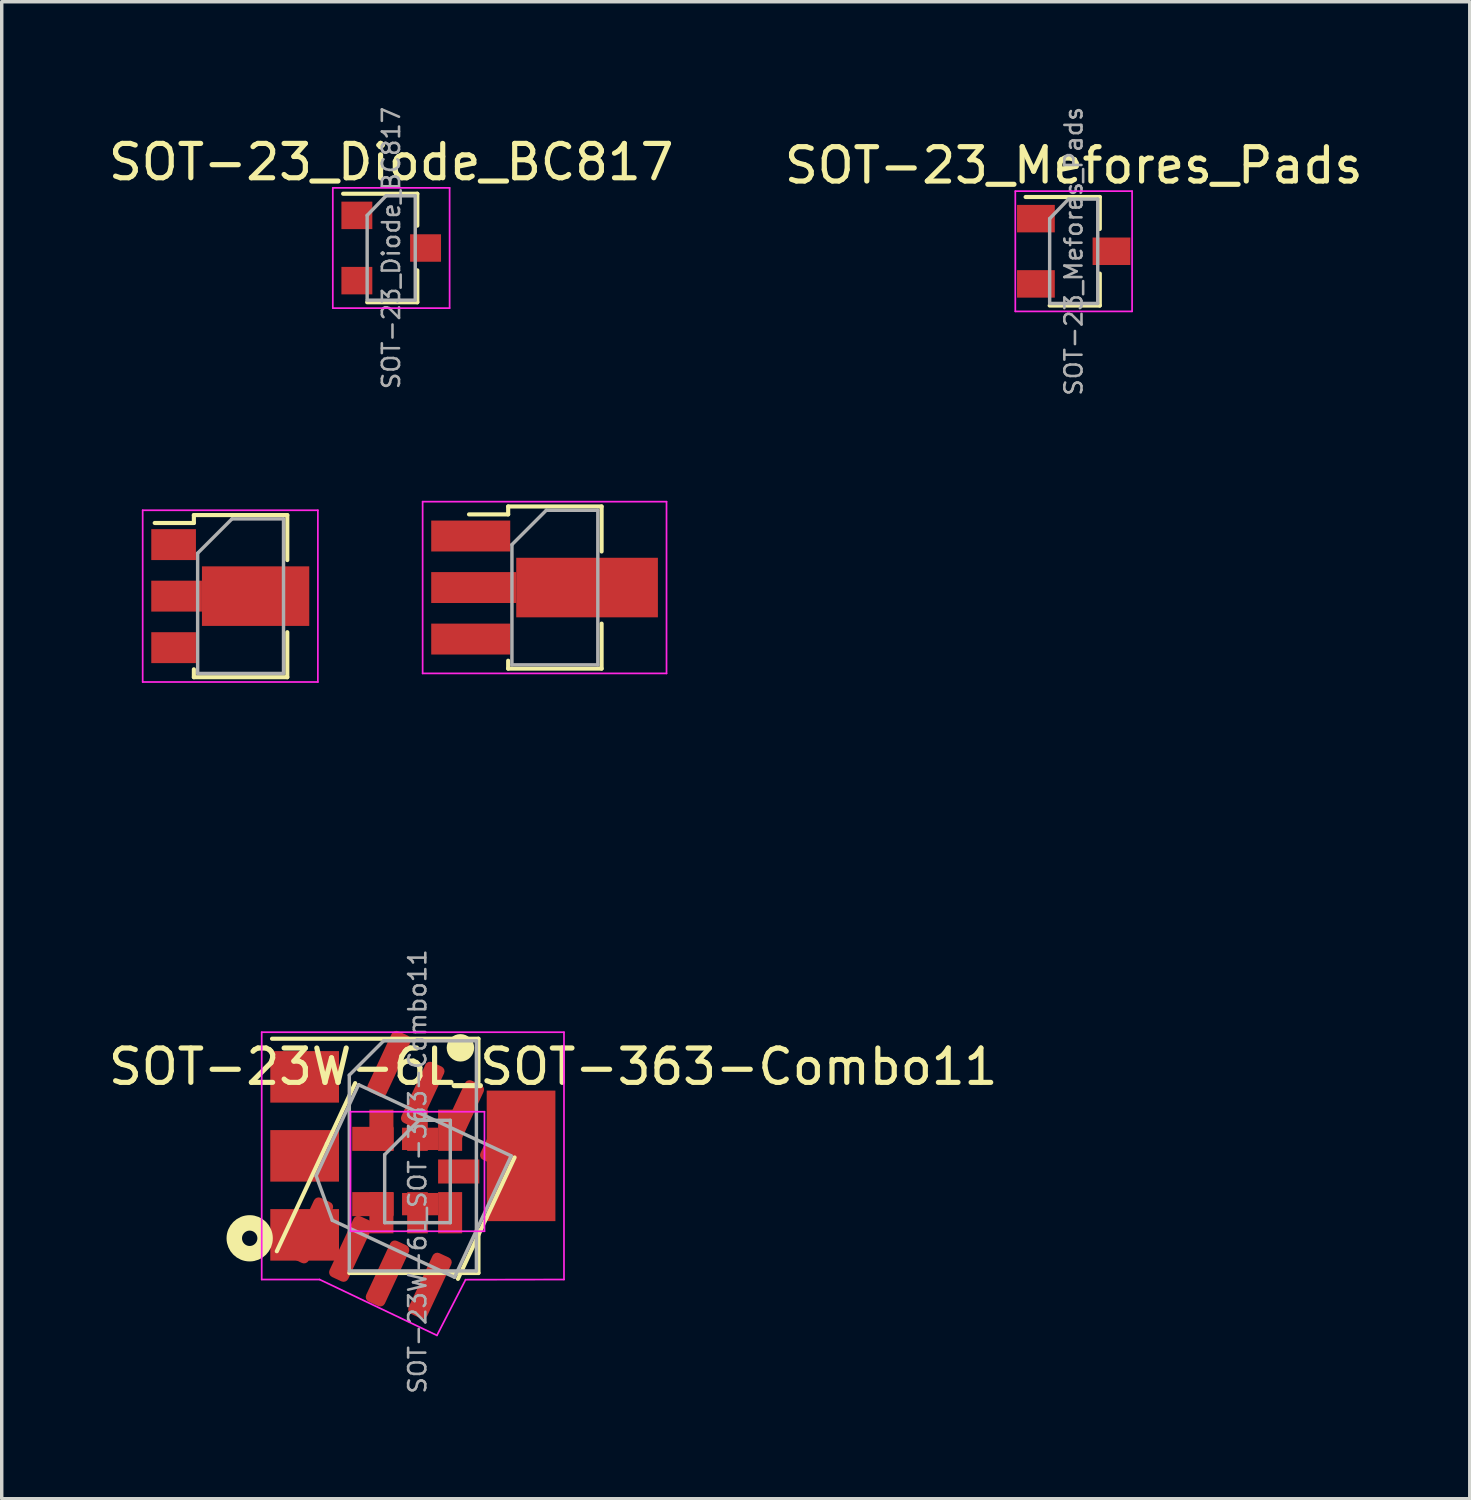
<source format=kicad_pcb>
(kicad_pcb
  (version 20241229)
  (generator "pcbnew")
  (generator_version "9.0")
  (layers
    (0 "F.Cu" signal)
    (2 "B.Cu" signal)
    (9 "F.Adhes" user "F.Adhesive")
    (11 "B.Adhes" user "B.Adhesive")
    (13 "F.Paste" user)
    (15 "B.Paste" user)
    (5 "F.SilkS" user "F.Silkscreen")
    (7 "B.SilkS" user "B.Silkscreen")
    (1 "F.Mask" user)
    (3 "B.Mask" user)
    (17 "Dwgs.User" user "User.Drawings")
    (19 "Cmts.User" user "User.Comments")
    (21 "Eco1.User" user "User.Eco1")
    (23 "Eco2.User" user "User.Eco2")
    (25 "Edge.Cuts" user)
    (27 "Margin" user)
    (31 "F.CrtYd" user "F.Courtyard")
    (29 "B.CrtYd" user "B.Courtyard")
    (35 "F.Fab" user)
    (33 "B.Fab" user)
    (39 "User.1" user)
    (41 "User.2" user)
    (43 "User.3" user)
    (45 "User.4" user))
  (footprint "SOT-23_Diode_BC817"
    (layer "F.Cu")
    (at 8.339 4.17)
    (property "Reference" "SOT-23_Diode_BC817" (at 0 -2.5 0) (layer "F.SilkS") (effects (font (size 1 1) (thickness 0.15))))
    (attr smd)
    (fp_line (start 0.76 -1.58) (end -1.4 -1.58) (stroke (width 0.12) (type solid)) (layer "F.SilkS"))
    (fp_line (start 0.76 -1.58) (end 0.76 -0.65) (stroke (width 0.12) (type solid)) (layer "F.SilkS"))
    (fp_line (start 0.76 1.58) (end -0.7 1.58) (stroke (width 0.12) (type solid)) (layer "F.SilkS"))
    (fp_line (start 0.76 1.58) (end 0.76 0.65) (stroke (width 0.12) (type solid)) (layer "F.SilkS"))
    (fp_line (start -1.7 -1.75) (end 1.7 -1.75) (stroke (width 0.05) (type solid)) (layer "F.CrtYd"))
    (fp_line (start -1.7 1.75) (end -1.7 -1.75) (stroke (width 0.05) (type solid)) (layer "F.CrtYd"))
    (fp_line (start 1.7 -1.75) (end 1.7 1.75) (stroke (width 0.05) (type solid)) (layer "F.CrtYd"))
    (fp_line (start 1.7 1.75) (end -1.7 1.75) (stroke (width 0.05) (type solid)) (layer "F.CrtYd"))
    (fp_line (start -0.7 -0.95) (end -0.7 1.5) (stroke (width 0.1) (type solid)) (layer "F.Fab"))
    (fp_line (start -0.7 -0.95) (end -0.15 -1.52) (stroke (width 0.1) (type solid)) (layer "F.Fab"))
    (fp_line (start -0.7 1.52) (end 0.7 1.52) (stroke (width 0.1) (type solid)) (layer "F.Fab"))
    (fp_line (start -0.15 -1.52) (end 0.7 -1.52) (stroke (width 0.1) (type solid)) (layer "F.Fab"))
    (fp_line (start 0.7 -1.52) (end 0.7 1.52) (stroke (width 0.1) (type solid)) (layer "F.Fab"))
    (fp_text user "${REFERENCE}" (at 0 0 90) (layer "F.Fab") (effects (font (size 0.5 0.5) (thickness 0.075))))
    (pad "1" smd rect (at -1 0.95) (size 0.9 0.8) (layers "F.Cu" "F.Mask" "F.Paste"))
    (pad "2" smd rect (at -1 -0.95) (size 0.9 0.8) (layers "F.Cu" "F.Mask" "F.Paste"))
    (pad "2" smd rect (at 1 0) (size 0.9 0.8) (layers "F.Cu" "F.Mask" "F.Paste")))
  (footprint "SOT-23W-6L_SOT-363-Combo11"
    (layer "F.Cu")
    (at 9.104 31.055)
    (property "Reference" "SOT-23W-6L_SOT-363-Combo11" (at 3.95 -3.05 0) (layer "F.SilkS") (effects (font (size 1 1) (thickness 0.15))))
    (attr smd)
    (fp_line (start -7.65 -18.88) (end -6.51 -18.88) (stroke (width 0.12) (type solid)) (layer "F.SilkS"))
    (fp_line (start -6.51 -19.11) (end -6.51 -18.88) (stroke (width 0.12) (type solid)) (layer "F.SilkS"))
    (fp_line (start -6.51 -19.11) (end -3.79 -19.11) (stroke (width 0.12) (type solid)) (layer "F.SilkS"))
    (fp_line (start -6.51 -14.39) (end -6.51 -14.62) (stroke (width 0.12) (type solid)) (layer "F.SilkS"))
    (fp_line (start -4.235 -3.865) (end 1.775 -3.865) (stroke (width 0.12) (type solid)) (layer "F.SilkS"))
    (fp_line (start -3.79 -19.11) (end -3.79 -17.8) (stroke (width 0.12) (type solid)) (layer "F.SilkS"))
    (fp_line (start -3.79 -15.7) (end -3.79 -14.39) (stroke (width 0.12) (type solid)) (layer "F.SilkS"))
    (fp_line (start -3.79 -14.39) (end -6.51 -14.39) (stroke (width 0.12) (type solid)) (layer "F.SilkS"))
    (fp_line (start -2.638 -0.805) (end -4.096 2.322) (stroke (width 0.12) (type solid)) (layer "F.SilkS"))
    (fp_line (start -2.638 -0.805) (end -1.814 -2.573) (stroke (width 0.12) (type solid)) (layer "F.SilkS"))
    (fp_line (start -1.985 2.955) (end 1.775 2.955) (stroke (width 0.12) (type solid)) (layer "F.SilkS"))
    (fp_line (start 1.5 -19.13) (end 2.64 -19.13) (stroke (width 0.12) (type solid)) (layer "F.SilkS"))
    (fp_line (start 1.775 -3.865) (end 1.775 -2.605) (stroke (width 0.12) (type solid)) (layer "F.SilkS"))
    (fp_line (start 1.775 2.955) (end 1.775 1.695) (stroke (width 0.12) (type solid)) (layer "F.SilkS"))
    (fp_line (start 2.002 1.359) (end 1.178 3.126) (stroke (width 0.12) (type solid)) (layer "F.SilkS"))
    (fp_line (start 2.002 1.359) (end 2.827 -0.409) (stroke (width 0.12) (type solid)) (layer "F.SilkS"))
    (fp_line (start 2.64 -19.36) (end 2.64 -19.13) (stroke (width 0.12) (type solid)) (layer "F.SilkS"))
    (fp_line (start 2.64 -19.36) (end 5.36 -19.36) (stroke (width 0.12) (type solid)) (layer "F.SilkS"))
    (fp_line (start 2.64 -14.64) (end 2.64 -14.87) (stroke (width 0.12) (type solid)) (layer "F.SilkS"))
    (fp_line (start 5.36 -19.36) (end 5.36 -18.05) (stroke (width 0.12) (type solid)) (layer "F.SilkS"))
    (fp_line (start 5.36 -15.95) (end 5.36 -14.64) (stroke (width 0.12) (type solid)) (layer "F.SilkS"))
    (fp_line (start 5.36 -14.64) (end 2.64 -14.64) (stroke (width 0.12) (type solid)) (layer "F.SilkS"))
    (fp_circle (center -4.885 1.945) (end -4.71 1.806) (stroke (width 0.45) (type solid)) (fill no) (layer "F.SilkS"))
    (fp_circle (center 1.25 -3.6) (end 1.45 -3.6) (stroke (width 0.4) (type solid)) (fill no) (layer "F.SilkS"))
    (fp_line (start -8 -14.25) (end -8 -19.25) (stroke (width 0.05) (type solid)) (layer "F.CrtYd"))
    (fp_line (start -8 -14.25) (end -2.9 -14.25) (stroke (width 0.05) (type solid)) (layer "F.CrtYd"))
    (fp_line (start -4.535 -4.055) (end -4.535 3.145) (stroke (width 0.05) (type solid)) (layer "F.CrtYd"))
    (fp_line (start -2.9 -19.25) (end -8 -19.25) (stroke (width 0.05) (type solid)) (layer "F.CrtYd"))
    (fp_line (start -2.9 -19.25) (end -2.9 -14.25) (stroke (width 0.05) (type solid)) (layer "F.CrtYd"))
    (fp_line (start -2.85 3.145) (end -4.535 3.145) (stroke (width 0.05) (type solid)) (layer "F.CrtYd"))
    (fp_line (start -2.85 3.145) (end 0.566 4.771) (stroke (width 0.05) (type solid)) (layer "F.CrtYd"))
    (fp_line (start -1.95 -1.74) (end 1.95 -1.74) (stroke (width 0.05) (type solid)) (layer "F.CrtYd"))
    (fp_line (start -1.95 1.74) (end -1.95 -1.74) (stroke (width 0.05) (type solid)) (layer "F.CrtYd"))
    (fp_line (start 0.15 -14.5) (end 0.15 -19.5) (stroke (width 0.05) (type solid)) (layer "F.CrtYd"))
    (fp_line (start 0.15 -14.5) (end 7.25 -14.5) (stroke (width 0.05) (type solid)) (layer "F.CrtYd"))
    (fp_line (start 0.566 4.771) (end 1.4 3.15) (stroke (width 0.05) (type solid)) (layer "F.CrtYd"))
    (fp_line (start 1.4 3.15) (end 4.265 3.145) (stroke (width 0.05) (type solid)) (layer "F.CrtYd"))
    (fp_line (start 1.95 -1.74) (end 1.95 1.74) (stroke (width 0.05) (type solid)) (layer "F.CrtYd"))
    (fp_line (start 1.95 1.74) (end -1.95 1.74) (stroke (width 0.05) (type solid)) (layer "F.CrtYd"))
    (fp_line (start 4.265 -4.055) (end -4.535 -4.055) (stroke (width 0.05) (type solid)) (layer "F.CrtYd"))
    (fp_line (start 4.265 3.145) (end 4.265 -4.055) (stroke (width 0.05) (type solid)) (layer "F.CrtYd"))
    (fp_line (start 7.25 -19.5) (end 0.15 -19.5) (stroke (width 0.05) (type solid)) (layer "F.CrtYd"))
    (fp_line (start 7.25 -19.5) (end 7.25 -14.5) (stroke (width 0.05) (type solid)) (layer "F.CrtYd"))
    (fp_line (start -6.4 -18) (end -5.4 -19) (stroke (width 0.1) (type solid)) (layer "F.Fab"))
    (fp_line (start -6.4 -14.5) (end -6.4 -18) (stroke (width 0.1) (type solid)) (layer "F.Fab"))
    (fp_line (start -5.4 -19) (end -3.9 -19) (stroke (width 0.1) (type solid)) (layer "F.Fab"))
    (fp_line (start -3.9 -19) (end -3.9 -14.5) (stroke (width 0.1) (type solid)) (layer "F.Fab"))
    (fp_line (start -3.9 -14.5) (end -6.4 -14.5) (stroke (width 0.1) (type solid)) (layer "F.Fab"))
    (fp_line (start -2.95 0.125) (end -1.714 -2.526) (stroke (width 0.1) (type solid)) (layer "F.Fab"))
    (fp_line (start -2.479 1.421) (end -2.95 0.125) (stroke (width 0.1) (type solid)) (layer "F.Fab"))
    (fp_line (start -1.985 -2.805) (end -1.985 2.895) (stroke (width 0.1) (type solid)) (layer "F.Fab"))
    (fp_line (start -1.985 -2.805) (end -0.985 -3.805) (stroke (width 0.1) (type solid)) (layer "F.Fab"))
    (fp_line (start -1.985 2.895) (end 1.715 2.895) (stroke (width 0.1) (type solid)) (layer "F.Fab"))
    (fp_line (start -1.714 -2.526) (end 2.727 -0.455) (stroke (width 0.1) (type solid)) (layer "F.Fab"))
    (fp_line (start -0.985 -3.805) (end 1.715 -3.805) (stroke (width 0.1) (type solid)) (layer "F.Fab"))
    (fp_line (start -0.955 -0.49) (end -0.955 1.49) (stroke (width 0.1) (type solid)) (layer "F.Fab"))
    (fp_line (start -0.955 -0.49) (end 0.045 -1.49) (stroke (width 0.1) (type solid)) (layer "F.Fab"))
    (fp_line (start -0.955 1.49) (end 0.955 1.49) (stroke (width 0.1) (type solid)) (layer "F.Fab"))
    (fp_line (start 0.045 -1.49) (end 0.955 -1.49) (stroke (width 0.1) (type solid)) (layer "F.Fab"))
    (fp_line (start 0.955 -1.49) (end 0.955 1.49) (stroke (width 0.1) (type solid)) (layer "F.Fab"))
    (fp_line (start 1.079 3.079) (end -2.479 1.421) (stroke (width 0.1) (type solid)) (layer "F.Fab"))
    (fp_line (start 1.715 -3.805) (end 1.715 2.895) (stroke (width 0.1) (type solid)) (layer "F.Fab"))
    (fp_line (start 2.727 -0.455) (end 1.079 3.079) (stroke (width 0.1) (type solid)) (layer "F.Fab"))
    (fp_line (start 2.75 -18.25) (end 3.75 -19.25) (stroke (width 0.1) (type solid)) (layer "F.Fab"))
    (fp_line (start 2.75 -14.75) (end 2.75 -18.25) (stroke (width 0.1) (type solid)) (layer "F.Fab"))
    (fp_line (start 3.75 -19.25) (end 5.25 -19.25) (stroke (width 0.1) (type solid)) (layer "F.Fab"))
    (fp_line (start 5.25 -19.25) (end 5.25 -14.75) (stroke (width 0.1) (type solid)) (layer "F.Fab"))
    (fp_line (start 5.25 -14.75) (end 2.75 -14.75) (stroke (width 0.1) (type solid)) (layer "F.Fab"))
    (fp_text user "${REFERENCE}" (at 0 0 90) (layer "F.Fab") (effects (font (size 0.5 0.5) (thickness 0.075))))
    (pad "1" smd rect (at -7.1 -18.25) (size 1.3 0.9) (layers "F.Cu" "F.Mask" "F.Paste"))
    (pad "1" smd rect (at -3.285 -2.755) (size 2 1.5) (layers "F.Cu" "F.Mask" "F.Paste"))
    (pad "1" smd rect (at -1.3 -0.95) (size 1.2 0.7) (layers "F.Cu" "F.Mask" "F.Paste"))
    (pad "1" smd rect (at -1.05 -1.2 270) (size 1.2 0.7) (layers "F.Cu" "F.Mask" "F.Paste"))
    (pad "1" smd rect (at -0.9 -0.95 90) (size 0.65 0.4) (layers "F.Cu" "F.Mask" "F.Paste"))
    (pad "1" smd roundrect (at 0.363 3.325 65) (size 1.95 0.6) (layers "F.Cu" "F.Mask" "F.Paste") (roundrect_rratio 0.25))
    (pad "1" smd rect (at 1.55 -18.5) (size 2.3 0.9) (layers "F.Cu" "F.Mask" "F.Paste"))
    (pad "2" smd rect (at -7.1 -15.25) (size 1.3 0.9) (layers "F.Cu" "F.Mask" "F.Paste"))
    (pad "2" smd rect (at -3.285 1.845) (size 2 1.5) (layers "F.Cu" "F.Mask" "F.Paste"))
    (pad "2" smd roundrect (at -3.09 1.715 65) (size 1.95 0.6) (layers "F.Cu" "F.Mask" "F.Paste") (roundrect_rratio 0.25))
    (pad "2" smd roundrect (at -1.939 2.251 65) (size 1.95 0.6) (layers "F.Cu" "F.Mask" "F.Paste") (roundrect_rratio 0.25))
    (pad "2" smd rect (at -1.3 0.95) (size 1.2 0.7) (layers "F.Cu" "F.Mask" "F.Paste"))
    (pad "2" smd rect (at -1.05 1.2 270) (size 1.2 0.7) (layers "F.Cu" "F.Mask" "F.Paste"))
    (pad "2" smd rect (at -0.9 0.95 90) (size 0.65 0.4) (layers "F.Cu" "F.Mask" "F.Paste"))
    (pad "2" smd roundrect (at -0.788 2.788 65) (size 1.95 0.6) (drill (offset -0.2 0)) (layers "F.Cu" "F.Mask" "F.Paste") (roundrect_rratio 0.25))
    (pad "2" smd rect (at 1.55 -15.5) (size 2.3 0.9) (layers "F.Cu" "F.Mask" "F.Paste"))
    (pad "3" smd custom (at -7.013 -16.75) (size 1.475 0.9) (layers "F.Cu" "F.Mask" "F.Paste") (options (anchor rect)) (primitives (gr_poly (pts (xy 3.862 0.867) (xy 0.738 0.867) (xy 0.738 -0.867) (xy 3.862 -0.867)) (width 0) (fill yes))))
    (pad "3" smd rect (at -3.285 -0.455) (size 2 1.5) (layers "F.Cu" "F.Mask" "F.Paste"))
    (pad "3" smd roundrect (at -0.998 -2.772 65) (size 1.95 0.6) (drill (offset 0.4 0)) (layers "F.Cu" "F.Mask" "F.Paste") (roundrect_rratio 0.25))
    (pad "3" smd rect (at -0.25 -0.95 90) (size 0.65 0.4) (layers "F.Cu" "F.Mask" "F.Paste"))
    (pad "3" smd rect (at -0.25 0.95 90) (size 0.65 0.4) (layers "F.Cu" "F.Mask" "F.Paste"))
    (pad "3" smd rect (at 0 -1.2 270) (size 1.2 0.6) (layers "F.Cu" "F.Mask" "F.Paste"))
    (pad "3" smd rect (at 0 1.2 270) (size 1.2 0.6) (layers "F.Cu" "F.Mask" "F.Paste"))
    (pad "3" smd roundrect (at 0.153 -2.235 65) (size 1.95 0.6) (layers "F.Cu" "F.Mask" "F.Paste") (roundrect_rratio 0.25))
    (pad "3" smd rect (at 0.4 -0.95 90) (size 0.65 0.4) (layers "F.Cu" "F.Mask" "F.Paste"))
    (pad "3" smd rect (at 0.4 0.95 90) (size 0.65 0.4) (layers "F.Cu" "F.Mask" "F.Paste"))
    (pad "3" smd rect (at 0.95 -1.2 270) (size 1.2 0.7) (layers "F.Cu" "F.Mask" "F.Paste"))
    (pad "3" smd rect (at 0.95 1.2 270) (size 1.2 0.7) (layers "F.Cu" "F.Mask" "F.Paste"))
    (pad "3" smd rect (at 1.2 0) (size 1.2 0.7) (layers "F.Cu" "F.Mask" "F.Paste"))
    (pad "3" smd roundrect (at 1.304 -1.698 65) (size 1.95 0.6) (layers "F.Cu" "F.Mask" "F.Paste") (roundrect_rratio 0.25))
    (pad "3" smd custom (at 1.637 -17) (size 2.475 0.9) (layers "F.Cu" "F.Mask" "F.Paste") (options (anchor rect)) (primitives (gr_poly (pts (xy 5.362 0.867) (xy 1.238 0.867) (xy 1.238 -0.867) (xy 5.362 -0.867)) (width 0) (fill yes))))
    (pad "3" smd roundrect (at 2.455 -1.161 65) (size 1.95 0.6) (layers "F.Cu" "F.Mask" "F.Paste") (roundrect_rratio 0.25))
    (pad "3" smd rect (at 3.015 -0.455) (size 2 3.8) (layers "F.Cu" "F.Mask" "F.Paste")))
  (footprint "SOT-23_Mefores_Pads"
    (layer "F.Cu")
    (at 28.208 4.265)
    (property "Reference" "SOT-23_Mefores_Pads" (at 0 -2.5 0) (layer "F.SilkS") (effects (font (size 1 1) (thickness 0.15))))
    (attr smd)
    (fp_line (start 0.76 -1.58) (end -1.4 -1.58) (stroke (width 0.12) (type solid)) (layer "F.SilkS"))
    (fp_line (start 0.76 -1.58) (end 0.76 -0.65) (stroke (width 0.12) (type solid)) (layer "F.SilkS"))
    (fp_line (start 0.76 1.58) (end -0.7 1.58) (stroke (width 0.12) (type solid)) (layer "F.SilkS"))
    (fp_line (start 0.76 1.58) (end 0.76 0.65) (stroke (width 0.12) (type solid)) (layer "F.SilkS"))
    (fp_line (start -1.7 -1.75) (end 1.7 -1.75) (stroke (width 0.05) (type solid)) (layer "F.CrtYd"))
    (fp_line (start -1.7 1.75) (end -1.7 -1.75) (stroke (width 0.05) (type solid)) (layer "F.CrtYd"))
    (fp_line (start 1.7 -1.75) (end 1.7 1.75) (stroke (width 0.05) (type solid)) (layer "F.CrtYd"))
    (fp_line (start 1.7 1.75) (end -1.7 1.75) (stroke (width 0.05) (type solid)) (layer "F.CrtYd"))
    (fp_line (start -0.7 -0.95) (end -0.7 1.5) (stroke (width 0.1) (type solid)) (layer "F.Fab"))
    (fp_line (start -0.7 -0.95) (end -0.15 -1.52) (stroke (width 0.1) (type solid)) (layer "F.Fab"))
    (fp_line (start -0.7 1.52) (end 0.7 1.52) (stroke (width 0.1) (type solid)) (layer "F.Fab"))
    (fp_line (start -0.15 -1.52) (end 0.7 -1.52) (stroke (width 0.1) (type solid)) (layer "F.Fab"))
    (fp_line (start 0.7 -1.52) (end 0.7 1.52) (stroke (width 0.1) (type solid)) (layer "F.Fab"))
    (fp_text user "${REFERENCE}" (at 0 0 90) (layer "F.Fab") (effects (font (size 0.5 0.5) (thickness 0.075))))
    (pad "1" smd rect (at -1.1 -0.95) (size 1.1 0.8) (layers "F.Cu" "F.Mask" "F.Paste"))
    (pad "2" smd rect (at -1.1 0.95) (size 1.1 0.8) (layers "F.Cu" "F.Mask" "F.Paste"))
    (pad "3" smd rect (at 1.1 0) (size 1.1 0.8) (layers "F.Cu" "F.Mask" "F.Paste")))
  (gr_rect
    (start -3 -3)
    (end 39.738 40.582)
    (stroke (width 0.1) (type default))
    (fill no)
    (layer "Edge.Cuts")))
</source>
